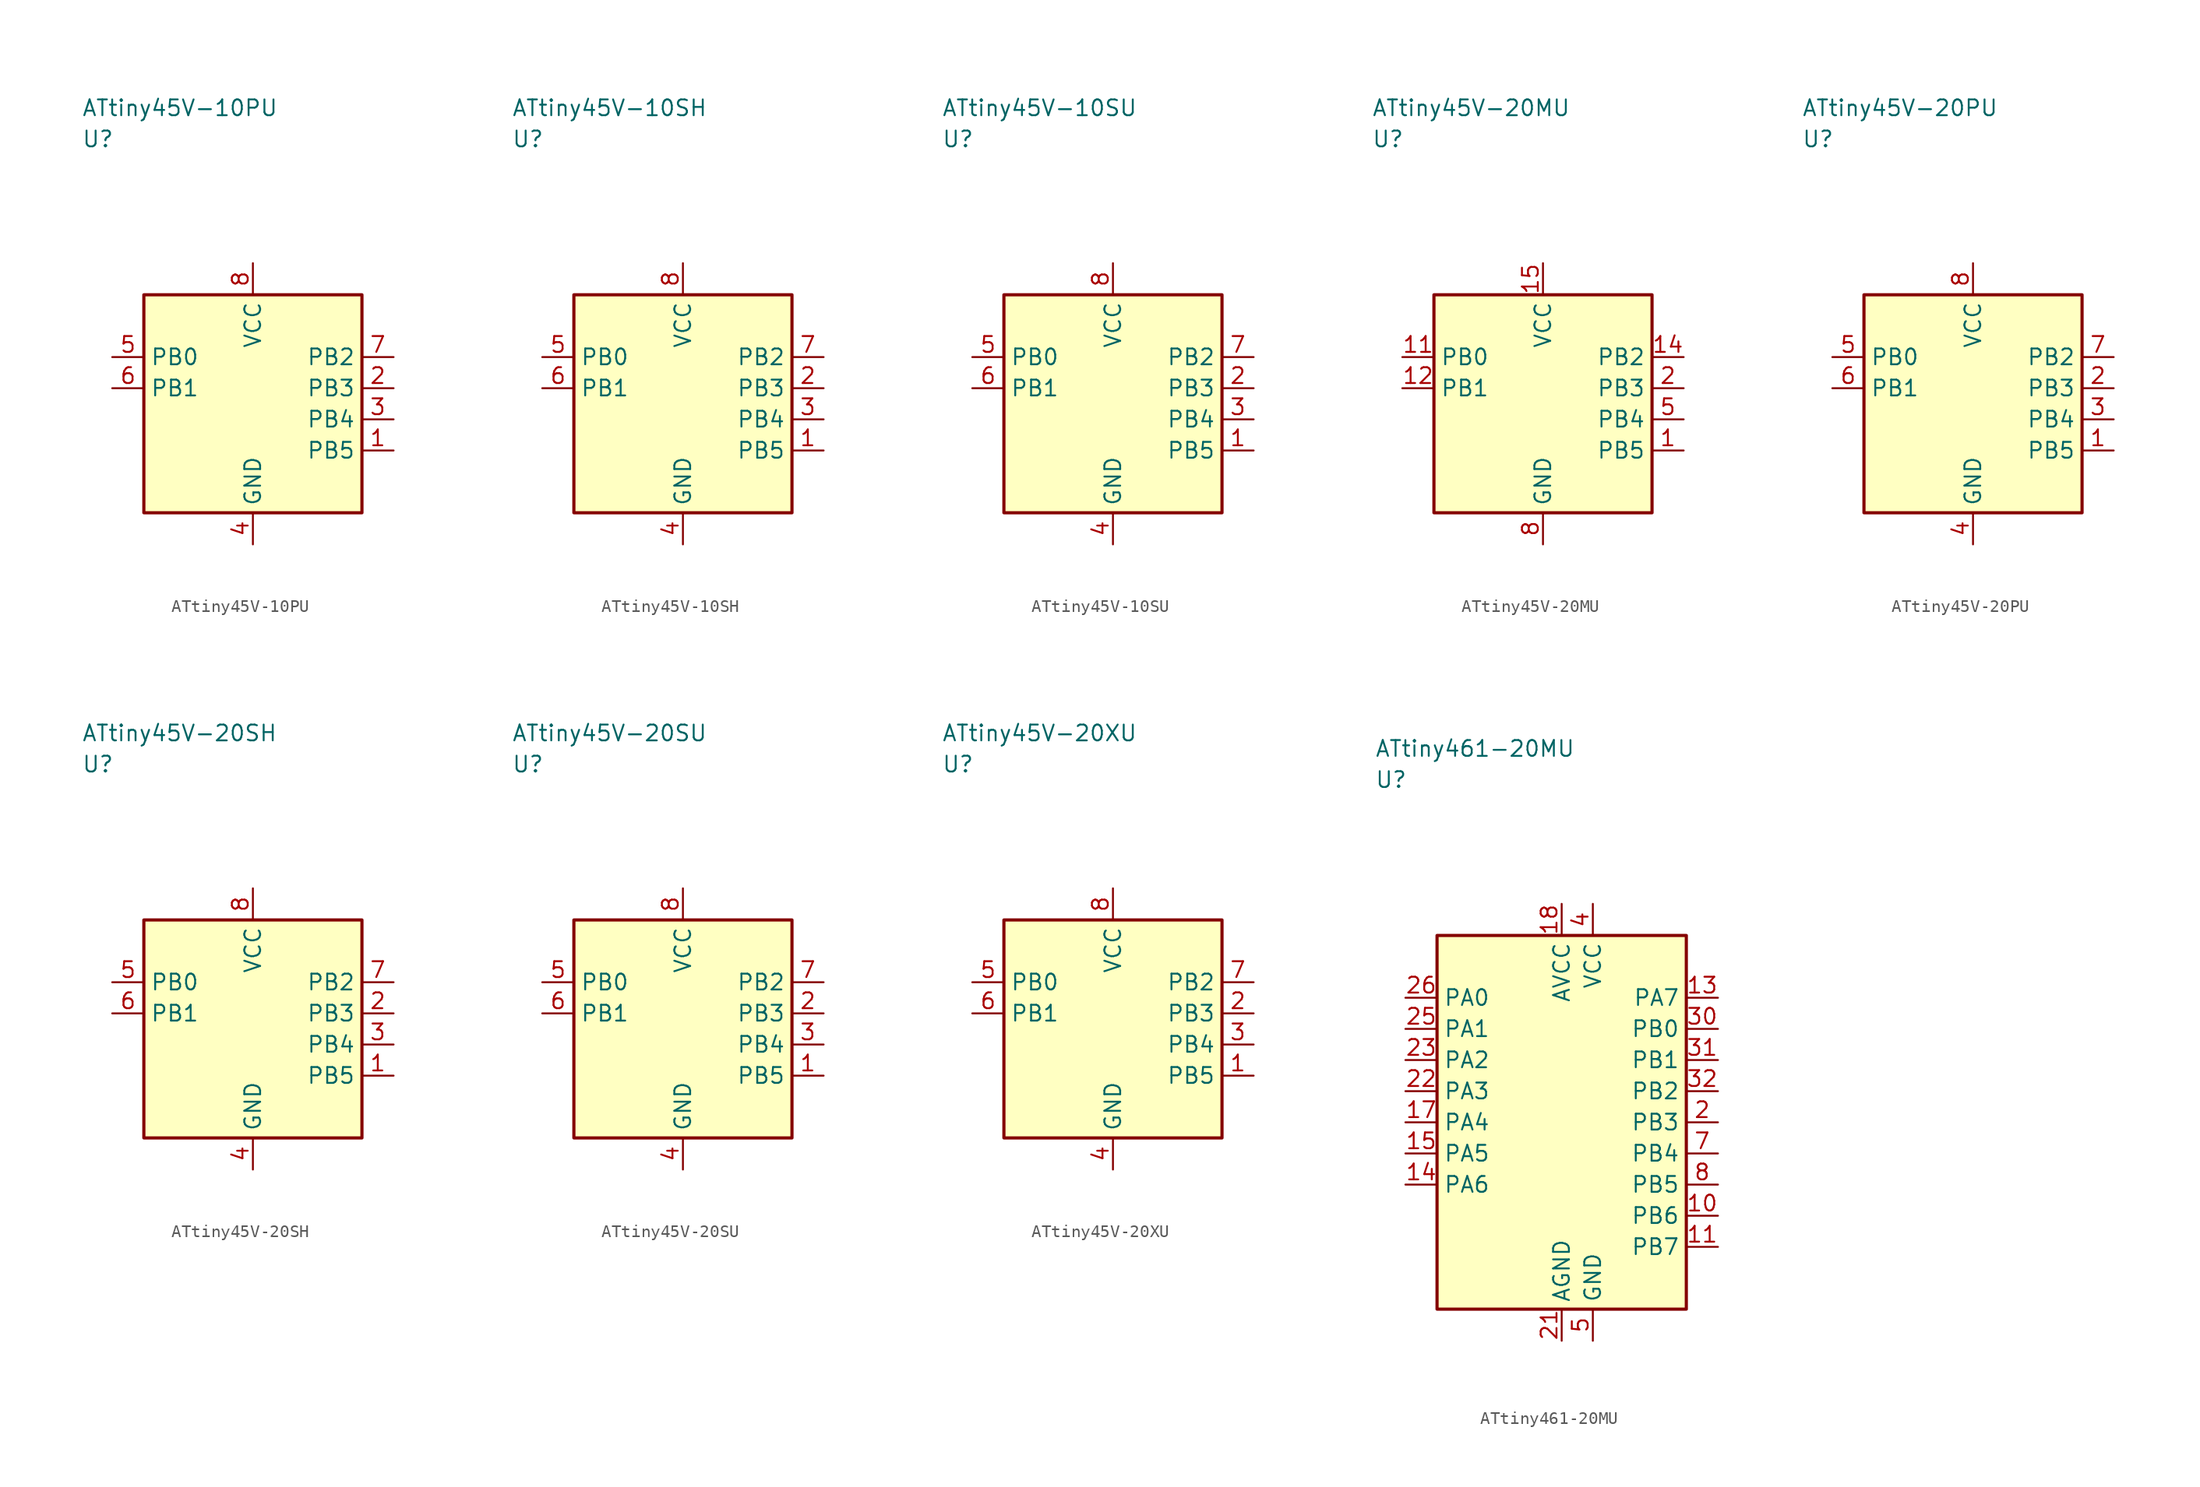
<source format=kicad_sym>
(kicad_symbol_lib
  (version 20241025)
  (generator "kicad_symbol_editor")
  (generator_version "8.0")
  (symbol "ATtiny45V-10PU"
    (property "Reference" "U"
      (at -13.75 21.25 0)
      (effects (font (size 1.27 1.27)) (justify left)))
    (property "Value" "ATtiny45V-10PU"
      (at -13.75 23.75 0)
      (effects (font (size 1.27 1.27)) (justify left)))
    (symbol "ATtiny45V-10PU_0_1"
      (rectangle (start -8.75 8.75) (end 8.75 -8.75) (stroke (width 0.254) (type default)) (fill (type background))))
    (symbol "ATtiny45V-10PU_1_1"
      (pin bidirectional line (at 11.29 -3.75 180.0) (length 2.54) (name "PB5" (effects (font (size 1.27 1.27)))) (number "1" (effects (font (size 1.27 1.27)))))
      (pin bidirectional line (at 11.29 1.25 180.0) (length 2.54) (name "PB3" (effects (font (size 1.27 1.27)))) (number "2" (effects (font (size 1.27 1.27)))))
      (pin bidirectional line (at 11.29 -1.25 180.0) (length 2.54) (name "PB4" (effects (font (size 1.27 1.27)))) (number "3" (effects (font (size 1.27 1.27)))))
      (pin passive line (at 0.0 -11.29 90.0) (length 2.54) (name "GND" (effects (font (size 1.27 1.27)))) (number "4" (effects (font (size 1.27 1.27)))))
      (pin bidirectional line (at -11.29 3.75 0.0) (length 2.54) (name "PB0" (effects (font (size 1.27 1.27)))) (number "5" (effects (font (size 1.27 1.27)))))
      (pin bidirectional line (at -11.29 1.25 0.0) (length 2.54) (name "PB1" (effects (font (size 1.27 1.27)))) (number "6" (effects (font (size 1.27 1.27)))))
      (pin bidirectional line (at 11.29 3.75 180.0) (length 2.54) (name "PB2" (effects (font (size 1.27 1.27)))) (number "7" (effects (font (size 1.27 1.27)))))
      (pin power_in line (at 0.0 11.29 270.0) (length 2.54) (name "VCC" (effects (font (size 1.27 1.27)))) (number "8" (effects (font (size 1.27 1.27)))))))
  (symbol "ATtiny45V-10SH"
    (property "Reference" "U"
      (at -13.75 21.25 0)
      (effects (font (size 1.27 1.27)) (justify left)))
    (property "Value" "ATtiny45V-10SH"
      (at -13.75 23.75 0)
      (effects (font (size 1.27 1.27)) (justify left)))
    (symbol "ATtiny45V-10SH_0_1"
      (rectangle (start -8.75 8.75) (end 8.75 -8.75) (stroke (width 0.254) (type default)) (fill (type background))))
    (symbol "ATtiny45V-10SH_1_1"
      (pin bidirectional line (at 11.29 -3.75 180.0) (length 2.54) (name "PB5" (effects (font (size 1.27 1.27)))) (number "1" (effects (font (size 1.27 1.27)))))
      (pin bidirectional line (at 11.29 1.25 180.0) (length 2.54) (name "PB3" (effects (font (size 1.27 1.27)))) (number "2" (effects (font (size 1.27 1.27)))))
      (pin bidirectional line (at 11.29 -1.25 180.0) (length 2.54) (name "PB4" (effects (font (size 1.27 1.27)))) (number "3" (effects (font (size 1.27 1.27)))))
      (pin passive line (at 0.0 -11.29 90.0) (length 2.54) (name "GND" (effects (font (size 1.27 1.27)))) (number "4" (effects (font (size 1.27 1.27)))))
      (pin bidirectional line (at -11.29 3.75 0.0) (length 2.54) (name "PB0" (effects (font (size 1.27 1.27)))) (number "5" (effects (font (size 1.27 1.27)))))
      (pin bidirectional line (at -11.29 1.25 0.0) (length 2.54) (name "PB1" (effects (font (size 1.27 1.27)))) (number "6" (effects (font (size 1.27 1.27)))))
      (pin bidirectional line (at 11.29 3.75 180.0) (length 2.54) (name "PB2" (effects (font (size 1.27 1.27)))) (number "7" (effects (font (size 1.27 1.27)))))
      (pin power_in line (at 0.0 11.29 270.0) (length 2.54) (name "VCC" (effects (font (size 1.27 1.27)))) (number "8" (effects (font (size 1.27 1.27)))))))
  (symbol "ATtiny45V-10SU"
    (property "Reference" "U"
      (at -13.75 21.25 0)
      (effects (font (size 1.27 1.27)) (justify left)))
    (property "Value" "ATtiny45V-10SU"
      (at -13.75 23.75 0)
      (effects (font (size 1.27 1.27)) (justify left)))
    (symbol "ATtiny45V-10SU_0_1"
      (rectangle (start -8.75 8.75) (end 8.75 -8.75) (stroke (width 0.254) (type default)) (fill (type background))))
    (symbol "ATtiny45V-10SU_1_1"
      (pin bidirectional line (at 11.29 -3.75 180.0) (length 2.54) (name "PB5" (effects (font (size 1.27 1.27)))) (number "1" (effects (font (size 1.27 1.27)))))
      (pin bidirectional line (at 11.29 1.25 180.0) (length 2.54) (name "PB3" (effects (font (size 1.27 1.27)))) (number "2" (effects (font (size 1.27 1.27)))))
      (pin bidirectional line (at 11.29 -1.25 180.0) (length 2.54) (name "PB4" (effects (font (size 1.27 1.27)))) (number "3" (effects (font (size 1.27 1.27)))))
      (pin passive line (at 0.0 -11.29 90.0) (length 2.54) (name "GND" (effects (font (size 1.27 1.27)))) (number "4" (effects (font (size 1.27 1.27)))))
      (pin bidirectional line (at -11.29 3.75 0.0) (length 2.54) (name "PB0" (effects (font (size 1.27 1.27)))) (number "5" (effects (font (size 1.27 1.27)))))
      (pin bidirectional line (at -11.29 1.25 0.0) (length 2.54) (name "PB1" (effects (font (size 1.27 1.27)))) (number "6" (effects (font (size 1.27 1.27)))))
      (pin bidirectional line (at 11.29 3.75 180.0) (length 2.54) (name "PB2" (effects (font (size 1.27 1.27)))) (number "7" (effects (font (size 1.27 1.27)))))
      (pin power_in line (at 0.0 11.29 270.0) (length 2.54) (name "VCC" (effects (font (size 1.27 1.27)))) (number "8" (effects (font (size 1.27 1.27)))))))
  (symbol "ATtiny45V-20MU"
    (property "Reference" "U"
      (at -13.75 21.25 0)
      (effects (font (size 1.27 1.27)) (justify left)))
    (property "Value" "ATtiny45V-20MU"
      (at -13.75 23.75 0)
      (effects (font (size 1.27 1.27)) (justify left)))
    (symbol "ATtiny45V-20MU_0_1"
      (rectangle (start -8.75 8.75) (end 8.75 -8.75) (stroke (width 0.254) (type default)) (fill (type background))))
    (symbol "ATtiny45V-20MU_1_1"
      (pin bidirectional line (at 11.29 -3.75 180.0) (length 2.54) (name "PB5" (effects (font (size 1.27 1.27)))) (number "1" (effects (font (size 1.27 1.27)))))
      (pin bidirectional line (at 11.29 1.25 180.0) (length 2.54) (name "PB3" (effects (font (size 1.27 1.27)))) (number "2" (effects (font (size 1.27 1.27)))))
      (pin bidirectional line (at 11.29 -1.25 180.0) (length 2.54) (name "PB4" (effects (font (size 1.27 1.27)))) (number "5" (effects (font (size 1.27 1.27)))))
      (pin passive line (at 0.0 -11.29 90.0) (length 2.54) (name "GND" (effects (font (size 1.27 1.27)))) (number "8" (effects (font (size 1.27 1.27)))))
      (pin bidirectional line (at -11.29 3.75 0.0) (length 2.54) (name "PB0" (effects (font (size 1.27 1.27)))) (number "11" (effects (font (size 1.27 1.27)))))
      (pin bidirectional line (at -11.29 1.25 0.0) (length 2.54) (name "PB1" (effects (font (size 1.27 1.27)))) (number "12" (effects (font (size 1.27 1.27)))))
      (pin bidirectional line (at 11.29 3.75 180.0) (length 2.54) (name "PB2" (effects (font (size 1.27 1.27)))) (number "14" (effects (font (size 1.27 1.27)))))
      (pin power_in line (at 0.0 11.29 270.0) (length 2.54) (name "VCC" (effects (font (size 1.27 1.27)))) (number "15" (effects (font (size 1.27 1.27)))))))
  (symbol "ATtiny45V-20PU"
    (property "Reference" "U"
      (at -13.75 21.25 0)
      (effects (font (size 1.27 1.27)) (justify left)))
    (property "Value" "ATtiny45V-20PU"
      (at -13.75 23.75 0)
      (effects (font (size 1.27 1.27)) (justify left)))
    (symbol "ATtiny45V-20PU_0_1"
      (rectangle (start -8.75 8.75) (end 8.75 -8.75) (stroke (width 0.254) (type default)) (fill (type background))))
    (symbol "ATtiny45V-20PU_1_1"
      (pin bidirectional line (at 11.29 -3.75 180.0) (length 2.54) (name "PB5" (effects (font (size 1.27 1.27)))) (number "1" (effects (font (size 1.27 1.27)))))
      (pin bidirectional line (at 11.29 1.25 180.0) (length 2.54) (name "PB3" (effects (font (size 1.27 1.27)))) (number "2" (effects (font (size 1.27 1.27)))))
      (pin bidirectional line (at 11.29 -1.25 180.0) (length 2.54) (name "PB4" (effects (font (size 1.27 1.27)))) (number "3" (effects (font (size 1.27 1.27)))))
      (pin passive line (at 0.0 -11.29 90.0) (length 2.54) (name "GND" (effects (font (size 1.27 1.27)))) (number "4" (effects (font (size 1.27 1.27)))))
      (pin bidirectional line (at -11.29 3.75 0.0) (length 2.54) (name "PB0" (effects (font (size 1.27 1.27)))) (number "5" (effects (font (size 1.27 1.27)))))
      (pin bidirectional line (at -11.29 1.25 0.0) (length 2.54) (name "PB1" (effects (font (size 1.27 1.27)))) (number "6" (effects (font (size 1.27 1.27)))))
      (pin bidirectional line (at 11.29 3.75 180.0) (length 2.54) (name "PB2" (effects (font (size 1.27 1.27)))) (number "7" (effects (font (size 1.27 1.27)))))
      (pin power_in line (at 0.0 11.29 270.0) (length 2.54) (name "VCC" (effects (font (size 1.27 1.27)))) (number "8" (effects (font (size 1.27 1.27)))))))
  (symbol "ATtiny45V-20SH"
    (property "Reference" "U"
      (at -13.75 21.25 0)
      (effects (font (size 1.27 1.27)) (justify left)))
    (property "Value" "ATtiny45V-20SH"
      (at -13.75 23.75 0)
      (effects (font (size 1.27 1.27)) (justify left)))
    (symbol "ATtiny45V-20SH_0_1"
      (rectangle (start -8.75 8.75) (end 8.75 -8.75) (stroke (width 0.254) (type default)) (fill (type background))))
    (symbol "ATtiny45V-20SH_1_1"
      (pin bidirectional line (at 11.29 -3.75 180.0) (length 2.54) (name "PB5" (effects (font (size 1.27 1.27)))) (number "1" (effects (font (size 1.27 1.27)))))
      (pin bidirectional line (at 11.29 1.25 180.0) (length 2.54) (name "PB3" (effects (font (size 1.27 1.27)))) (number "2" (effects (font (size 1.27 1.27)))))
      (pin bidirectional line (at 11.29 -1.25 180.0) (length 2.54) (name "PB4" (effects (font (size 1.27 1.27)))) (number "3" (effects (font (size 1.27 1.27)))))
      (pin passive line (at 0.0 -11.29 90.0) (length 2.54) (name "GND" (effects (font (size 1.27 1.27)))) (number "4" (effects (font (size 1.27 1.27)))))
      (pin bidirectional line (at -11.29 3.75 0.0) (length 2.54) (name "PB0" (effects (font (size 1.27 1.27)))) (number "5" (effects (font (size 1.27 1.27)))))
      (pin bidirectional line (at -11.29 1.25 0.0) (length 2.54) (name "PB1" (effects (font (size 1.27 1.27)))) (number "6" (effects (font (size 1.27 1.27)))))
      (pin bidirectional line (at 11.29 3.75 180.0) (length 2.54) (name "PB2" (effects (font (size 1.27 1.27)))) (number "7" (effects (font (size 1.27 1.27)))))
      (pin power_in line (at 0.0 11.29 270.0) (length 2.54) (name "VCC" (effects (font (size 1.27 1.27)))) (number "8" (effects (font (size 1.27 1.27)))))))
  (symbol "ATtiny45V-20SU"
    (property "Reference" "U"
      (at -13.75 21.25 0)
      (effects (font (size 1.27 1.27)) (justify left)))
    (property "Value" "ATtiny45V-20SU"
      (at -13.75 23.75 0)
      (effects (font (size 1.27 1.27)) (justify left)))
    (symbol "ATtiny45V-20SU_0_1"
      (rectangle (start -8.75 8.75) (end 8.75 -8.75) (stroke (width 0.254) (type default)) (fill (type background))))
    (symbol "ATtiny45V-20SU_1_1"
      (pin bidirectional line (at 11.29 -3.75 180.0) (length 2.54) (name "PB5" (effects (font (size 1.27 1.27)))) (number "1" (effects (font (size 1.27 1.27)))))
      (pin bidirectional line (at 11.29 1.25 180.0) (length 2.54) (name "PB3" (effects (font (size 1.27 1.27)))) (number "2" (effects (font (size 1.27 1.27)))))
      (pin bidirectional line (at 11.29 -1.25 180.0) (length 2.54) (name "PB4" (effects (font (size 1.27 1.27)))) (number "3" (effects (font (size 1.27 1.27)))))
      (pin passive line (at 0.0 -11.29 90.0) (length 2.54) (name "GND" (effects (font (size 1.27 1.27)))) (number "4" (effects (font (size 1.27 1.27)))))
      (pin bidirectional line (at -11.29 3.75 0.0) (length 2.54) (name "PB0" (effects (font (size 1.27 1.27)))) (number "5" (effects (font (size 1.27 1.27)))))
      (pin bidirectional line (at -11.29 1.25 0.0) (length 2.54) (name "PB1" (effects (font (size 1.27 1.27)))) (number "6" (effects (font (size 1.27 1.27)))))
      (pin bidirectional line (at 11.29 3.75 180.0) (length 2.54) (name "PB2" (effects (font (size 1.27 1.27)))) (number "7" (effects (font (size 1.27 1.27)))))
      (pin power_in line (at 0.0 11.29 270.0) (length 2.54) (name "VCC" (effects (font (size 1.27 1.27)))) (number "8" (effects (font (size 1.27 1.27)))))))
  (symbol "ATtiny45V-20XU"
    (property "Reference" "U"
      (at -13.75 21.25 0)
      (effects (font (size 1.27 1.27)) (justify left)))
    (property "Value" "ATtiny45V-20XU"
      (at -13.75 23.75 0)
      (effects (font (size 1.27 1.27)) (justify left)))
    (symbol "ATtiny45V-20XU_0_1"
      (rectangle (start -8.75 8.75) (end 8.75 -8.75) (stroke (width 0.254) (type default)) (fill (type background))))
    (symbol "ATtiny45V-20XU_1_1"
      (pin bidirectional line (at 11.29 -3.75 180.0) (length 2.54) (name "PB5" (effects (font (size 1.27 1.27)))) (number "1" (effects (font (size 1.27 1.27)))))
      (pin bidirectional line (at 11.29 1.25 180.0) (length 2.54) (name "PB3" (effects (font (size 1.27 1.27)))) (number "2" (effects (font (size 1.27 1.27)))))
      (pin bidirectional line (at 11.29 -1.25 180.0) (length 2.54) (name "PB4" (effects (font (size 1.27 1.27)))) (number "3" (effects (font (size 1.27 1.27)))))
      (pin passive line (at 0.0 -11.29 90.0) (length 2.54) (name "GND" (effects (font (size 1.27 1.27)))) (number "4" (effects (font (size 1.27 1.27)))))
      (pin bidirectional line (at -11.29 3.75 0.0) (length 2.54) (name "PB0" (effects (font (size 1.27 1.27)))) (number "5" (effects (font (size 1.27 1.27)))))
      (pin bidirectional line (at -11.29 1.25 0.0) (length 2.54) (name "PB1" (effects (font (size 1.27 1.27)))) (number "6" (effects (font (size 1.27 1.27)))))
      (pin bidirectional line (at 11.29 3.75 180.0) (length 2.54) (name "PB2" (effects (font (size 1.27 1.27)))) (number "7" (effects (font (size 1.27 1.27)))))
      (pin power_in line (at 0.0 11.29 270.0) (length 2.54) (name "VCC" (effects (font (size 1.27 1.27)))) (number "8" (effects (font (size 1.27 1.27)))))))
  (symbol "ATtiny461-20MU"
    (property "Reference" "U"
      (at -15.0 27.5 0)
      (effects (font (size 1.27 1.27)) (justify left)))
    (property "Value" "ATtiny461-20MU"
      (at -15.0 30.0 0)
      (effects (font (size 1.27 1.27)) (justify left)))
    (symbol "ATtiny461-20MU_0_1"
      (rectangle (start -10.0 15.0) (end 10.0 -15.0) (stroke (width 0.254) (type default)) (fill (type background))))
    (symbol "ATtiny461-20MU_1_1"
      (pin bidirectional line (at 12.54 0.0 180.0) (length 2.54) (name "PB3" (effects (font (size 1.27 1.27)))) (number "2" (effects (font (size 1.27 1.27)))))
      (pin power_in line (at 2.5 17.54 270.0) (length 2.54) (name "VCC" (effects (font (size 1.27 1.27)))) (number "4" (effects (font (size 1.27 1.27)))))
      (pin passive line (at 2.5 -17.54 90.0) (length 2.54) (name "GND" (effects (font (size 1.27 1.27)))) (number "5" (effects (font (size 1.27 1.27)))))
      (pin bidirectional line (at 12.54 -2.5 180.0) (length 2.54) (name "PB4" (effects (font (size 1.27 1.27)))) (number "7" (effects (font (size 1.27 1.27)))))
      (pin bidirectional line (at 12.54 -5.0 180.0) (length 2.54) (name "PB5" (effects (font (size 1.27 1.27)))) (number "8" (effects (font (size 1.27 1.27)))))
      (pin bidirectional line (at 12.54 -7.5 180.0) (length 2.54) (name "PB6" (effects (font (size 1.27 1.27)))) (number "10" (effects (font (size 1.27 1.27)))))
      (pin bidirectional line (at 12.54 -10.0 180.0) (length 2.54) (name "PB7" (effects (font (size 1.27 1.27)))) (number "11" (effects (font (size 1.27 1.27)))))
      (pin bidirectional line (at 12.54 10.0 180.0) (length 2.54) (name "PA7" (effects (font (size 1.27 1.27)))) (number "13" (effects (font (size 1.27 1.27)))))
      (pin bidirectional line (at -12.54 -5.0 0.0) (length 2.54) (name "PA6" (effects (font (size 1.27 1.27)))) (number "14" (effects (font (size 1.27 1.27)))))
      (pin bidirectional line (at -12.54 -2.5 0.0) (length 2.54) (name "PA5" (effects (font (size 1.27 1.27)))) (number "15" (effects (font (size 1.27 1.27)))))
      (pin bidirectional line (at -12.54 0.0 0.0) (length 2.54) (name "PA4" (effects (font (size 1.27 1.27)))) (number "17" (effects (font (size 1.27 1.27)))))
      (pin power_in line (at 0.0 17.54 270.0) (length 2.54) (name "AVCC" (effects (font (size 1.27 1.27)))) (number "18" (effects (font (size 1.27 1.27)))))
      (pin passive line (at 0.0 -17.54 90.0) (length 2.54) (name "AGND" (effects (font (size 1.27 1.27)))) (number "21" (effects (font (size 1.27 1.27)))))
      (pin bidirectional line (at -12.54 2.5 0.0) (length 2.54) (name "PA3" (effects (font (size 1.27 1.27)))) (number "22" (effects (font (size 1.27 1.27)))))
      (pin bidirectional line (at -12.54 5.0 0.0) (length 2.54) (name "PA2" (effects (font (size 1.27 1.27)))) (number "23" (effects (font (size 1.27 1.27)))))
      (pin bidirectional line (at -12.54 7.5 0.0) (length 2.54) (name "PA1" (effects (font (size 1.27 1.27)))) (number "25" (effects (font (size 1.27 1.27)))))
      (pin bidirectional line (at -12.54 10.0 0.0) (length 2.54) (name "PA0" (effects (font (size 1.27 1.27)))) (number "26" (effects (font (size 1.27 1.27)))))
      (pin bidirectional line (at 12.54 7.5 180.0) (length 2.54) (name "PB0" (effects (font (size 1.27 1.27)))) (number "30" (effects (font (size 1.27 1.27)))))
      (pin bidirectional line (at 12.54 5.0 180.0) (length 2.54) (name "PB1" (effects (font (size 1.27 1.27)))) (number "31" (effects (font (size 1.27 1.27)))))
      (pin bidirectional line (at 12.54 2.5 180.0) (length 2.54) (name "PB2" (effects (font (size 1.27 1.27)))) (number "32" (effects (font (size 1.27 1.27))))))))
</source>
